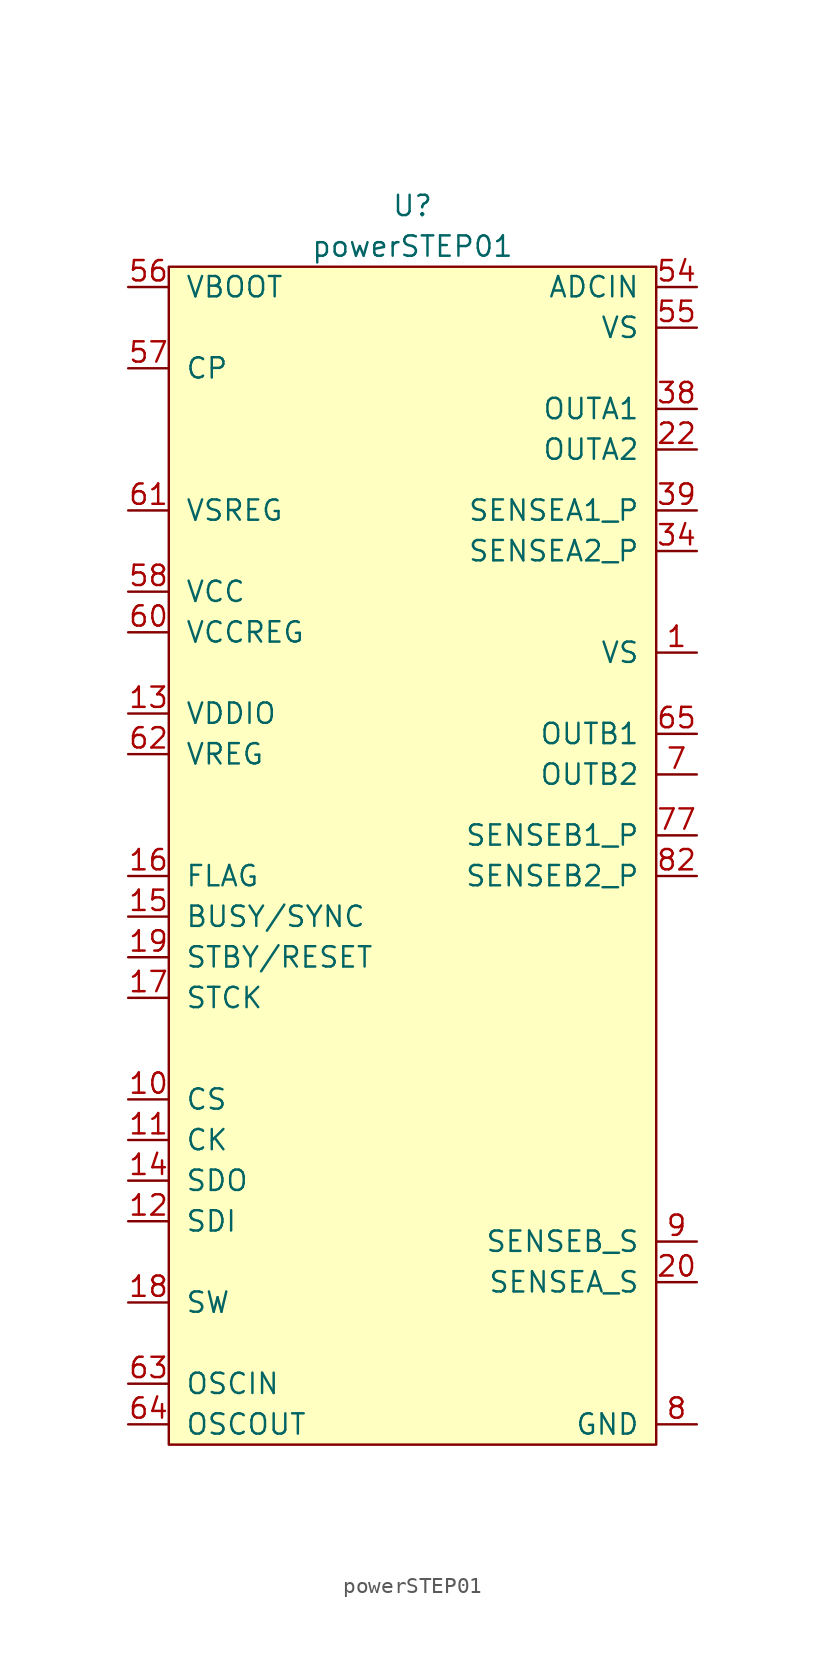
<source format=kicad_sym>
(kicad_symbol_lib
  (version 20211014)
  (generator kicad_symbol_editor)
  (symbol "powerSTEP01"
    (pin_names
      (offset 1.016))
    (property "Reference" "U"
      (at 0 40.64 0)
      (effects (font (size 1.27 1.27))))
    (property "Value" "powerSTEP01"
      (at 0 38.1 0)
      (effects (font (size 1.27 1.27))))
    (symbol "powerSTEP01_0_1"
      (rectangle (start -15.24 36.83) (end 15.24 -36.83) (stroke (width 0) (type default) (color 0 0 0 0)) (fill (type background))))
    (symbol "powerSTEP01_1_1"
      (pin input line (at 17.78 12.7 180) (length 2.54) (name "VS" (effects (font (size 1.27 1.27)))) (number "1" (effects (font (size 1.27 1.27)))))
      (pin input line (at -17.78 -15.24 0) (length 2.54) (name "CS" (effects (font (size 1.27 1.27)))) (number "10" (effects (font (size 1.27 1.27)))))
      (pin input line (at -17.78 -17.78 0) (length 2.54) (name "CK" (effects (font (size 1.27 1.27)))) (number "11" (effects (font (size 1.27 1.27)))))
      (pin input line (at -17.78 -22.86 0) (length 2.54) (name "SDI" (effects (font (size 1.27 1.27)))) (number "12" (effects (font (size 1.27 1.27)))))
      (pin input line (at -17.78 8.89 0) (length 2.54) (name "VDDIO" (effects (font (size 1.27 1.27)))) (number "13" (effects (font (size 1.27 1.27)))))
      (pin input line (at -17.78 -20.32 0) (length 2.54) (name "SDO" (effects (font (size 1.27 1.27)))) (number "14" (effects (font (size 1.27 1.27)))))
      (pin input line (at -17.78 -3.81 0) (length 2.54) (name "BUSY/SYNC" (effects (font (size 1.27 1.27)))) (number "15" (effects (font (size 1.27 1.27)))))
      (pin input line (at -17.78 -1.27 0) (length 2.54) (name "FLAG" (effects (font (size 1.27 1.27)))) (number "16" (effects (font (size 1.27 1.27)))))
      (pin input line (at -17.78 -8.89 0) (length 2.54) (name "STCK" (effects (font (size 1.27 1.27)))) (number "17" (effects (font (size 1.27 1.27)))))
      (pin input line (at -17.78 -27.94 0) (length 2.54) (name "SW" (effects (font (size 1.27 1.27)))) (number "18" (effects (font (size 1.27 1.27)))))
      (pin input line (at -17.78 -6.35 0) (length 2.54) (name "STBY/RESET" (effects (font (size 1.27 1.27)))) (number "19" (effects (font (size 1.27 1.27)))))
      (pin input line (at 17.78 -26.67 180) (length 2.54) (name "SENSEA_S" (effects (font (size 1.27 1.27)))) (number "20" (effects (font (size 1.27 1.27)))))
      (pin input line (at 17.78 -35.56 180) (length 2.54) hide (name "GND" (effects (font (size 1.27 1.27)))) (number "21" (effects (font (size 1.27 1.27)))))
      (pin input line (at 17.78 25.4 180) (length 2.54) (name "OUTA2" (effects (font (size 1.27 1.27)))) (number "22" (effects (font (size 1.27 1.27)))))
      (pin input line (at 17.78 12.7 180) (length 2.54) hide (name "VS" (effects (font (size 1.27 1.27)))) (number "23" (effects (font (size 1.27 1.27)))))
      (pin input line (at 17.78 25.4 180) (length 2.54) hide (name "OUTA2" (effects (font (size 1.27 1.27)))) (number "33" (effects (font (size 1.27 1.27)))))
      (pin input line (at 17.78 19.05 180) (length 2.54) (name "SENSEA2_P" (effects (font (size 1.27 1.27)))) (number "34" (effects (font (size 1.27 1.27)))))
      (pin input line (at 17.78 25.4 180) (length 2.54) hide (name "OUTA2" (effects (font (size 1.27 1.27)))) (number "37" (effects (font (size 1.27 1.27)))))
      (pin input line (at 17.78 27.94 180) (length 2.54) (name "OUTA1" (effects (font (size 1.27 1.27)))) (number "38" (effects (font (size 1.27 1.27)))))
      (pin input line (at 17.78 21.59 180) (length 2.54) (name "SENSEA1_P" (effects (font (size 1.27 1.27)))) (number "39" (effects (font (size 1.27 1.27)))))
      (pin input line (at 17.78 27.94 180) (length 2.54) hide (name "OUTA1" (effects (font (size 1.27 1.27)))) (number "42" (effects (font (size 1.27 1.27)))))
      (pin input line (at 17.78 12.7 180) (length 2.54) hide (name "VS" (effects (font (size 1.27 1.27)))) (number "43" (effects (font (size 1.27 1.27)))))
      (pin input line (at 17.78 27.94 180) (length 2.54) hide (name "OUTA1" (effects (font (size 1.27 1.27)))) (number "53" (effects (font (size 1.27 1.27)))))
      (pin input line (at 17.78 35.56 180) (length 2.54) (name "ADCIN" (effects (font (size 1.27 1.27)))) (number "54" (effects (font (size 1.27 1.27)))))
      (pin input line (at 17.78 33.02 180) (length 2.54) (name "VS" (effects (font (size 1.27 1.27)))) (number "55" (effects (font (size 1.27 1.27)))))
      (pin input line (at -17.78 35.56 0) (length 2.54) (name "VBOOT" (effects (font (size 1.27 1.27)))) (number "56" (effects (font (size 1.27 1.27)))))
      (pin input line (at -17.78 30.48 0) (length 2.54) (name "CP" (effects (font (size 1.27 1.27)))) (number "57" (effects (font (size 1.27 1.27)))))
      (pin input line (at -17.78 16.51 0) (length 2.54) (name "VCC" (effects (font (size 1.27 1.27)))) (number "58" (effects (font (size 1.27 1.27)))))
      (pin input line (at 17.78 -35.56 180) (length 2.54) hide (name "GND" (effects (font (size 1.27 1.27)))) (number "59" (effects (font (size 1.27 1.27)))))
      (pin input line (at -17.78 13.97 0) (length 2.54) (name "VCCREG" (effects (font (size 1.27 1.27)))) (number "60" (effects (font (size 1.27 1.27)))))
      (pin input line (at -17.78 21.59 0) (length 2.54) (name "VSREG" (effects (font (size 1.27 1.27)))) (number "61" (effects (font (size 1.27 1.27)))))
      (pin input line (at -17.78 6.35 0) (length 2.54) (name "VREG" (effects (font (size 1.27 1.27)))) (number "62" (effects (font (size 1.27 1.27)))))
      (pin input line (at -17.78 -33.02 0) (length 2.54) (name "OSCIN" (effects (font (size 1.27 1.27)))) (number "63" (effects (font (size 1.27 1.27)))))
      (pin input line (at -17.78 -35.56 0) (length 2.54) (name "OSCOUT" (effects (font (size 1.27 1.27)))) (number "64" (effects (font (size 1.27 1.27)))))
      (pin input line (at 17.78 7.62 180) (length 2.54) (name "OUTB1" (effects (font (size 1.27 1.27)))) (number "65" (effects (font (size 1.27 1.27)))))
      (pin input line (at 17.78 12.7 180) (length 2.54) hide (name "VS" (effects (font (size 1.27 1.27)))) (number "66" (effects (font (size 1.27 1.27)))))
      (pin input line (at 17.78 5.08 180) (length 2.54) (name "OUTB2" (effects (font (size 1.27 1.27)))) (number "7" (effects (font (size 1.27 1.27)))))
      (pin input line (at 17.78 7.62 180) (length 2.54) hide (name "OUTB1" (effects (font (size 1.27 1.27)))) (number "76" (effects (font (size 1.27 1.27)))))
      (pin input line (at 17.78 1.27 180) (length 2.54) (name "SENSEB1_P" (effects (font (size 1.27 1.27)))) (number "77" (effects (font (size 1.27 1.27)))))
      (pin input line (at 17.78 -35.56 180) (length 2.54) (name "GND" (effects (font (size 1.27 1.27)))) (number "8" (effects (font (size 1.27 1.27)))))
      (pin input line (at 17.78 7.62 180) (length 2.54) hide (name "OUTB1" (effects (font (size 1.27 1.27)))) (number "80" (effects (font (size 1.27 1.27)))))
      (pin input line (at 17.78 5.08 180) (length 2.54) hide (name "OUTB2" (effects (font (size 1.27 1.27)))) (number "81" (effects (font (size 1.27 1.27)))))
      (pin input line (at 17.78 -1.27 180) (length 2.54) (name "SENSEB2_P" (effects (font (size 1.27 1.27)))) (number "82" (effects (font (size 1.27 1.27)))))
      (pin input line (at 17.78 5.08 180) (length 2.54) hide (name "OUTB2" (effects (font (size 1.27 1.27)))) (number "85" (effects (font (size 1.27 1.27)))))
      (pin input line (at 17.78 -24.13 180) (length 2.54) (name "SENSEB_S" (effects (font (size 1.27 1.27)))) (number "9" (effects (font (size 1.27 1.27)))))
      (pin input line (at 17.78 25.4 180) (length 2.54) hide (name "OUTA2" (effects (font (size 1.27 1.27)))) (number "EPAD3" (effects (font (size 1.27 1.27)))))
      (pin input line (at 17.78 27.94 180) (length 2.54) hide (name "OUTA1" (effects (font (size 1.27 1.27)))) (number "EPAD4" (effects (font (size 1.27 1.27)))))
      (pin input line (at 17.78 7.62 180) (length 2.54) hide (name "OUTB1" (effects (font (size 1.27 1.27)))) (number "EPAD7" (effects (font (size 1.27 1.27)))))
      (pin input line (at 17.78 5.08 180) (length 2.54) hide (name "OUTB2" (effects (font (size 1.27 1.27)))) (number "EPAD8" (effects (font (size 1.27 1.27)))))
      (pin input line (at 17.78 -35.56 180) (length 2.54) hide (name "GND" (effects (font (size 1.27 1.27)))) (number "EPAD9" (effects (font (size 1.27 1.27))))))))
</source>
